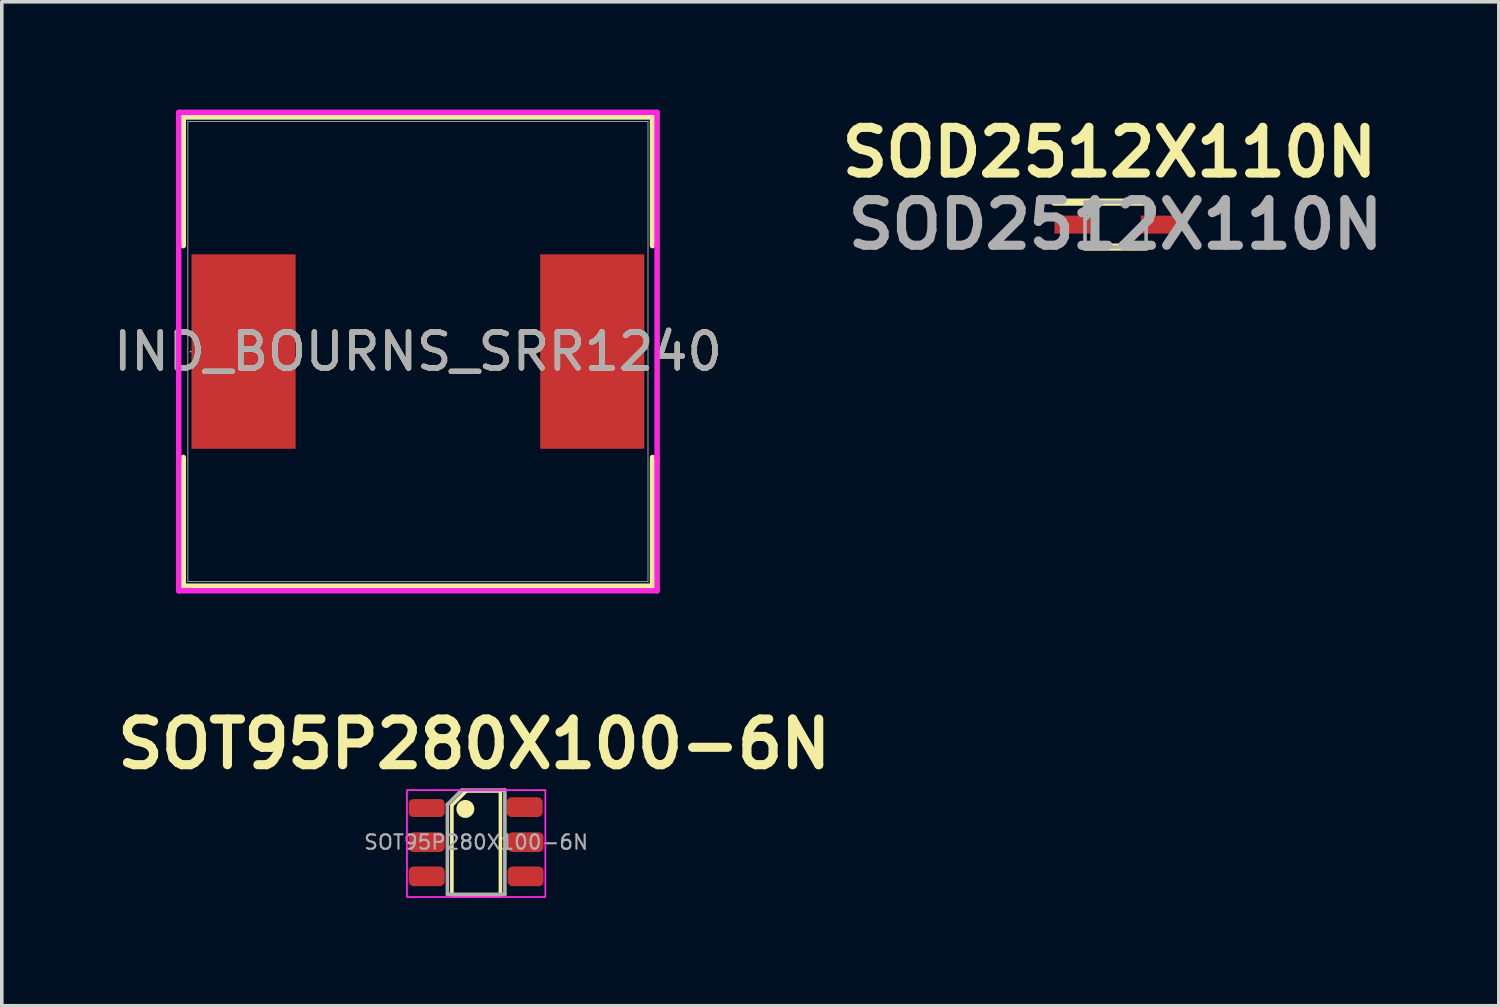
<source format=kicad_pcb>
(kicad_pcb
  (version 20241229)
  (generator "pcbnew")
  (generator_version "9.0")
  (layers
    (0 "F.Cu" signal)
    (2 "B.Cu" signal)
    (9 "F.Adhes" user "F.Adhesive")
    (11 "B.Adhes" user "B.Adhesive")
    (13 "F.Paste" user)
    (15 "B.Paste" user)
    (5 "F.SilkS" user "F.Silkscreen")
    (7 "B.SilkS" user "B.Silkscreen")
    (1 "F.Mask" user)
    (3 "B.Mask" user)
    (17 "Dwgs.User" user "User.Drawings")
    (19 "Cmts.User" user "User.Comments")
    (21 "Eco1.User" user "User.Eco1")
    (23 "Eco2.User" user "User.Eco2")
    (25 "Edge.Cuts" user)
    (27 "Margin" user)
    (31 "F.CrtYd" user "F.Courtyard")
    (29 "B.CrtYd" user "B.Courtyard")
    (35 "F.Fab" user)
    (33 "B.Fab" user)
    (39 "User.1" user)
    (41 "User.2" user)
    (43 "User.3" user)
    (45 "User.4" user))
  (footprint "IND_BOURNS_SRR1240"
    (layer "F.Cu")
    (at 8.577 6.731)
    (property "Reference" "IND_BOURNS_SRR1240" (at 0 0 0) (unlocked yes) (layer "F.SilkS") (effects (font (size 1 1) (thickness 0.15))))
    (attr smd)
    (fp_line (start -6.528 -6.528) (end -6.528 -2.947) (stroke (width 0.152) (type solid)) (layer "F.SilkS"))
    (fp_line (start -6.528 2.947) (end -6.528 6.528) (stroke (width 0.152) (type solid)) (layer "F.SilkS"))
    (fp_line (start -6.528 6.528) (end 6.528 6.528) (stroke (width 0.152) (type solid)) (layer "F.SilkS"))
    (fp_line (start 6.528 -6.528) (end -6.528 -6.528) (stroke (width 0.152) (type solid)) (layer "F.SilkS"))
    (fp_line (start 6.528 -2.947) (end 6.528 -6.528) (stroke (width 0.152) (type solid)) (layer "F.SilkS"))
    (fp_line (start 6.528 6.528) (end 6.528 2.947) (stroke (width 0.152) (type solid)) (layer "F.SilkS"))
    (fp_line (start -6.655 -6.655) (end 6.655 -6.655) (stroke (width 0.152) (type solid)) (layer "F.CrtYd"))
    (fp_line (start -6.655 -2.959) (end -6.655 -6.655) (stroke (width 0.152) (type solid)) (layer "F.CrtYd"))
    (fp_line (start -6.655 -2.959) (end -6.655 -2.959) (stroke (width 0.152) (type solid)) (layer "F.CrtYd"))
    (fp_line (start -6.655 2.959) (end -6.655 -2.959) (stroke (width 0.152) (type solid)) (layer "F.CrtYd"))
    (fp_line (start -6.655 2.959) (end -6.655 2.959) (stroke (width 0.152) (type solid)) (layer "F.CrtYd"))
    (fp_line (start -6.655 6.655) (end -6.655 2.959) (stroke (width 0.152) (type solid)) (layer "F.CrtYd"))
    (fp_line (start 6.655 -6.655) (end 6.655 -2.959) (stroke (width 0.152) (type solid)) (layer "F.CrtYd"))
    (fp_line (start 6.655 -2.959) (end 6.655 -2.959) (stroke (width 0.152) (type solid)) (layer "F.CrtYd"))
    (fp_line (start 6.655 -2.959) (end 6.655 2.959) (stroke (width 0.152) (type solid)) (layer "F.CrtYd"))
    (fp_line (start 6.655 2.959) (end 6.655 2.959) (stroke (width 0.152) (type solid)) (layer "F.CrtYd"))
    (fp_line (start 6.655 2.959) (end 6.655 6.655) (stroke (width 0.152) (type solid)) (layer "F.CrtYd"))
    (fp_line (start 6.655 6.655) (end -6.655 6.655) (stroke (width 0.152) (type solid)) (layer "F.CrtYd"))
    (fp_line (start -6.401 -6.401) (end -6.401 6.401) (stroke (width 0.025) (type solid)) (layer "F.Fab"))
    (fp_line (start -6.401 6.401) (end 6.401 6.401) (stroke (width 0.025) (type solid)) (layer "F.Fab"))
    (fp_line (start 6.401 -6.401) (end -6.401 -6.401) (stroke (width 0.025) (type solid)) (layer "F.Fab"))
    (fp_line (start 6.401 6.401) (end 6.401 -6.401) (stroke (width 0.025) (type solid)) (layer "F.Fab"))
    (fp_circle (center -6.325 0) (end -6.325 0) (stroke (width 0.025) (type solid)) (fill no) (layer "F.Fab"))
    (fp_text user "${REFERENCE}" (at 0 0 0) (unlocked yes) (layer "F.Fab") (effects (font (size 1 1) (thickness 0.15))))
    (pad "1" smd rect (at -4.851 0) (size 2.896 5.41) (layers "F.Cu" "F.Mask" "F.Paste"))
    (pad "2" smd rect (at 4.851 0) (size 2.896 5.41) (layers "F.Cu" "F.Mask" "F.Paste"))
    (zone (net_name "") (layer "F.Cu") (hatch full 0.508) (connect_pads) (min_thickness 0.254) (filled_areas_thickness no) (keepout (tracks not_allowed) (vias not_allowed) (pads allowed) (copperpour not_allowed) (footprints allowed)) (placement (enabled no)) (fill) (polygon (pts (xy 5.225 0.381) (xy 11.93 0.381) (xy 11.93 13.081) (xy 5.225 13.081)))))
  (footprint "SOD2512X110N"
    (layer "F.Cu")
    (at 27.987 3.199)
    (property "Reference" "SOD2512X110N" (at -0.17 -2.01 180) (layer "F.SilkS") (effects (font (size 1.27 1.27) (thickness 0.254))))
    (attr smd)
    (fp_line (start -1.7 -0.625) (end 0.85 -0.625) (stroke (width 0.2) (type solid)) (layer "F.SilkS"))
    (fp_line (start -0.85 0.625) (end 0.85 0.625) (stroke (width 0.2) (type solid)) (layer "F.SilkS"))
    (fp_line (start -0.85 -0.625) (end 0.85 -0.625) (stroke (width 0.1) (type solid)) (layer "F.Fab"))
    (fp_line (start -0.85 -0.125) (end -0.35 -0.625) (stroke (width 0.1) (type solid)) (layer "F.Fab"))
    (fp_line (start -0.85 0.625) (end -0.85 -0.625) (stroke (width 0.1) (type solid)) (layer "F.Fab"))
    (fp_line (start 0.85 -0.625) (end 0.85 0.625) (stroke (width 0.1) (type solid)) (layer "F.Fab"))
    (fp_line (start 0.85 0.625) (end -0.85 0.625) (stroke (width 0.1) (type solid)) (layer "F.Fab"))
    (fp_text user "${REFERENCE}" (at 0 0 180) (layer "F.Fab") (effects (font (size 1.27 1.27) (thickness 0.254))))
    (pad "1" smd rect (at -1.2 0 90) (size 0.5 1) (layers "F.Cu" "F.Mask" "F.Paste"))
    (pad "2" smd rect (at 1.2 0 90) (size 0.5 1) (layers "F.Cu" "F.Mask" "F.Paste")))
  (footprint "SOT95P280X100-6N"
    (layer "F.Cu")
    (at 10.222 20.381)
    (property "Reference" "SOT95P280X100-6N" (at -0.08 -2.73 0) (layer "F.SilkS") (effects (font (size 1.27 1.27) (thickness 0.254))))
    (attr smd)
    (fp_line (start -0.7 -1.025) (end -0.3 -1.425) (stroke (width 0.1) (type solid)) (layer "F.SilkS"))
    (fp_line (start -0.7 1.475) (end -0.7 -1.025) (stroke (width 0.1) (type solid)) (layer "F.SilkS"))
    (fp_line (start -0.3 -1.425) (end 0.65 -1.425) (stroke (width 0.1) (type solid)) (layer "F.SilkS"))
    (fp_line (start 0.65 -1.425) (end 0.65 1.475) (stroke (width 0.1) (type solid)) (layer "F.SilkS"))
    (fp_line (start 0.65 1.475) (end -0.7 1.475) (stroke (width 0.1) (type solid)) (layer "F.SilkS"))
    (fp_circle (center -0.325 -0.925) (end -0.2 -0.925) (stroke (width 0.25) (type default)) (fill no) (layer "F.SilkS"))
    (fp_rect (start -1.95 -1.45) (end 1.9 1.525) (stroke (width 0.05) (type default)) (fill no) (layer "F.CrtYd"))
    (fp_line (start -0.825 -1.05) (end -0.425 -1.45) (stroke (width 0.1) (type solid)) (layer "F.Fab"))
    (fp_line (start -0.825 1.45) (end -0.825 -1.05) (stroke (width 0.1) (type solid)) (layer "F.Fab"))
    (fp_line (start -0.425 -1.45) (end 0.775 -1.45) (stroke (width 0.1) (type solid)) (layer "F.Fab"))
    (fp_line (start 0.775 -1.45) (end 0.775 1.45) (stroke (width 0.1) (type solid)) (layer "F.Fab"))
    (fp_line (start 0.775 1.45) (end -0.825 1.45) (stroke (width 0.1) (type solid)) (layer "F.Fab"))
    (fp_text user "${REFERENCE}" (at -0.025 0 0) (layer "F.Fab") (effects (font (size 0.4 0.4) (thickness 0.06))))
    (pad "1" smd roundrect (at -1.4 -0.95) (size 1 0.5) (layers "F.Cu" "F.Mask" "F.Paste") (roundrect_rratio 0.25))
    (pad "2" smd roundrect (at -1.4 0) (size 1 0.55) (layers "F.Cu" "F.Mask" "F.Paste") (roundrect_rratio 0.25))
    (pad "3" smd roundrect (at -1.4 0.95) (size 1 0.55) (layers "F.Cu" "F.Mask" "F.Paste") (roundrect_rratio 0.25))
    (pad "4" smd roundrect (at 1.35 0.95) (size 1 0.55) (layers "F.Cu" "F.Mask" "F.Paste") (roundrect_rratio 0.25))
    (pad "5" smd roundrect (at 1.35 0) (size 1 0.55) (layers "F.Cu" "F.Mask" "F.Paste") (roundrect_rratio 0.25))
    (pad "6" smd roundrect (at 1.325 -0.975) (size 1 0.55) (layers "F.Cu" "F.Mask" "F.Paste") (roundrect_rratio 0.25)))
  (gr_rect
    (start -3 -3)
    (end 38.649 24.931)
    (stroke (width 0.1) (type default))
    (fill no)
    (layer "Edge.Cuts")))
</source>
